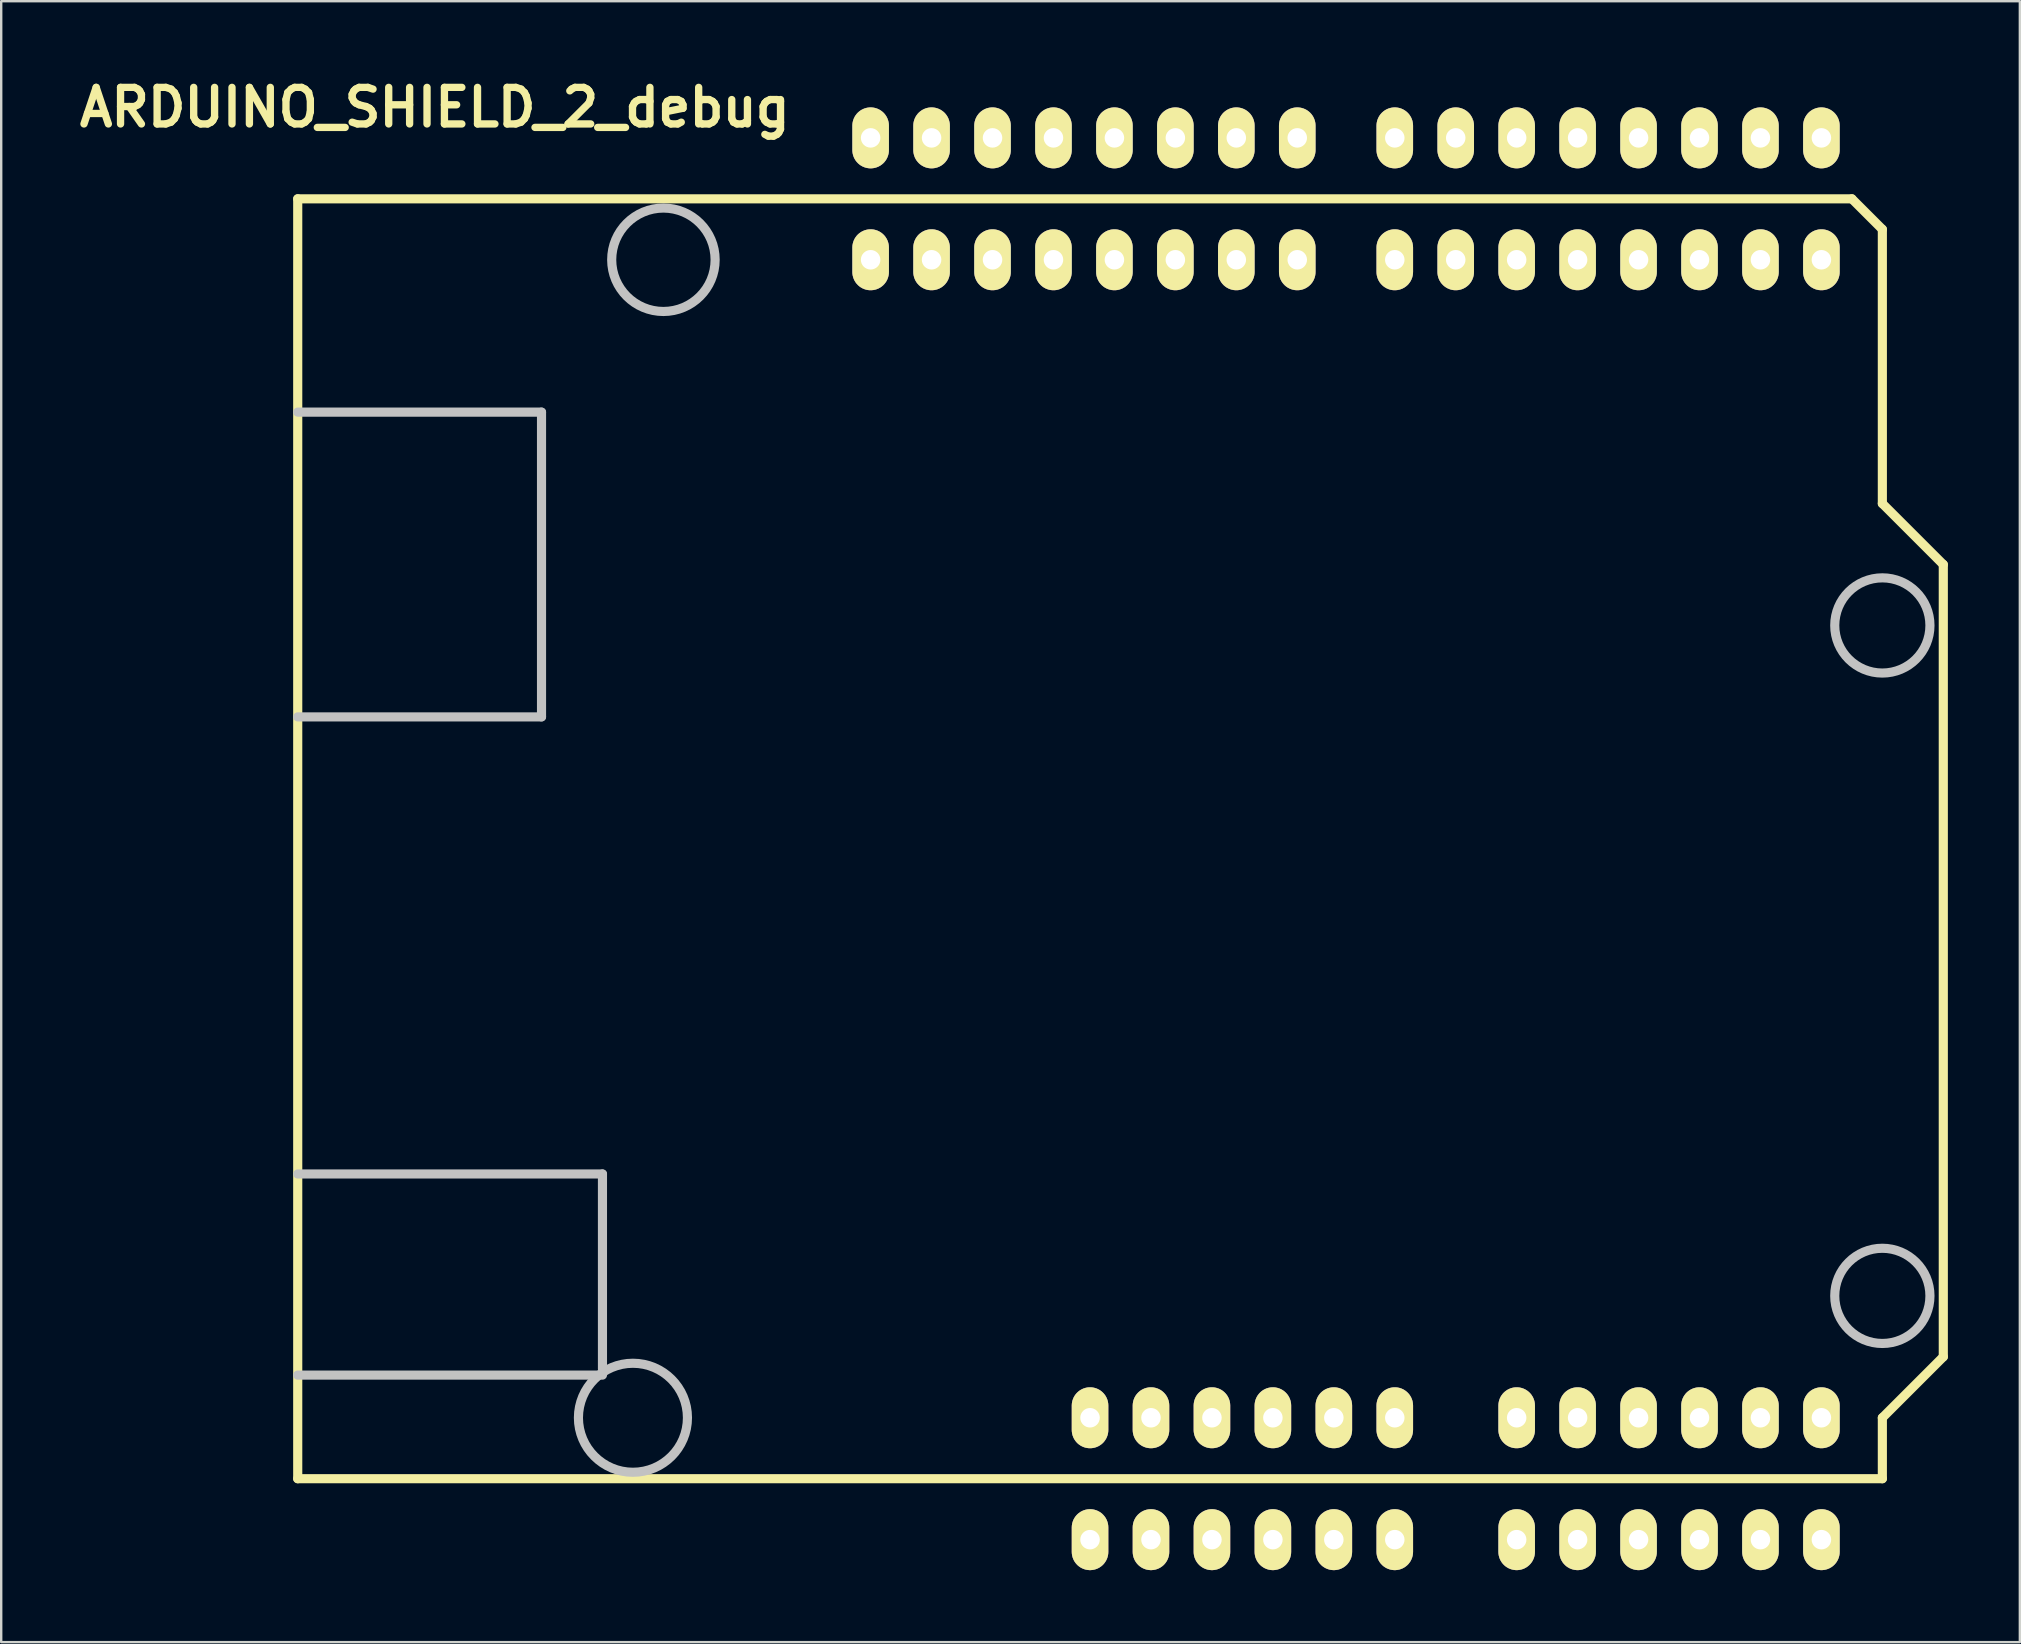
<source format=kicad_pcb>
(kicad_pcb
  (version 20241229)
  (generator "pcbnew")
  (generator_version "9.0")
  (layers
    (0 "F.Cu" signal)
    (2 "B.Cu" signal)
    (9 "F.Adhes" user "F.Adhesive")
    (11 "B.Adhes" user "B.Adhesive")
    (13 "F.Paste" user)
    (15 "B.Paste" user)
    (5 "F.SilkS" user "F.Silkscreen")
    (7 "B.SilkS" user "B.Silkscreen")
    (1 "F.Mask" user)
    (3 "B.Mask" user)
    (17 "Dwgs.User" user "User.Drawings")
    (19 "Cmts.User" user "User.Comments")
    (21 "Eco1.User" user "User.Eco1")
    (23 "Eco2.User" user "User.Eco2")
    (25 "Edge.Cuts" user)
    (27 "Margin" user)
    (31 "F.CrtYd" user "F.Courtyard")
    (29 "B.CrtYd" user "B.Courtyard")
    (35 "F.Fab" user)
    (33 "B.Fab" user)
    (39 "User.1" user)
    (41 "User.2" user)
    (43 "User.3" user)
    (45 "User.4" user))
  (footprint "ARDUINO_SHIELD_2_debug"
    (layer "F.Cu")
    (at 9.358 58.576)
    (property "Reference" "ARDUINO_SHIELD_2_debug" (at 5.715 -57.15 0) (layer "F.SilkS") (effects (font (size 1.524 1.524) (thickness 0.305))))
    (attr through_hole)
    (fp_line (start 0 0) (end 0 -53.34) (stroke (width 0.381) (type solid)) (layer "F.SilkS"))
    (fp_line (start 64.77 -53.34) (end 0 -53.34) (stroke (width 0.381) (type solid)) (layer "F.SilkS"))
    (fp_line (start 66.04 -52.07) (end 64.77 -53.34) (stroke (width 0.381) (type solid)) (layer "F.SilkS"))
    (fp_line (start 66.04 -40.64) (end 66.04 -52.07) (stroke (width 0.381) (type solid)) (layer "F.SilkS"))
    (fp_line (start 66.04 -40.64) (end 68.58 -38.1) (stroke (width 0.381) (type solid)) (layer "F.SilkS"))
    (fp_line (start 66.04 -2.54) (end 66.04 0) (stroke (width 0.381) (type solid)) (layer "F.SilkS"))
    (fp_line (start 66.04 0) (end 0 0) (stroke (width 0.381) (type solid)) (layer "F.SilkS"))
    (fp_line (start 68.58 -38.1) (end 68.58 -5.08) (stroke (width 0.381) (type solid)) (layer "F.SilkS"))
    (fp_line (start 68.58 -5.08) (end 66.04 -2.54) (stroke (width 0.381) (type solid)) (layer "F.SilkS"))
    (fp_line (start 0 -44.45) (end 10.16 -44.45) (stroke (width 0.381) (type solid)) (layer "Dwgs.User"))
    (fp_line (start 0 -12.7) (end 12.7 -12.7) (stroke (width 0.381) (type solid)) (layer "Dwgs.User"))
    (fp_line (start 10.16 -44.45) (end 10.16 -31.75) (stroke (width 0.381) (type solid)) (layer "Dwgs.User"))
    (fp_line (start 10.16 -31.75) (end 0 -31.75) (stroke (width 0.381) (type solid)) (layer "Dwgs.User"))
    (fp_line (start 12.7 -12.7) (end 12.7 -4.572) (stroke (width 0.381) (type solid)) (layer "Dwgs.User"))
    (fp_line (start 12.7 -4.318) (end 0 -4.318) (stroke (width 0.381) (type solid)) (layer "Dwgs.User"))
    (fp_circle (center 13.97 -2.54) (end 16.002 -1.524) (stroke (width 0.381) (type solid)) (fill no) (layer "Dwgs.User"))
    (fp_circle (center 15.24 -50.8) (end 16.764 -49.276) (stroke (width 0.381) (type solid)) (fill no) (layer "Dwgs.User"))
    (fp_circle (center 66.04 -35.56) (end 67.31 -34.036) (stroke (width 0.381) (type solid)) (fill no) (layer "Dwgs.User"))
    (fp_circle (center 66.04 -7.62) (end 67.31 -6.096) (stroke (width 0.381) (type solid)) (fill no) (layer "Dwgs.User"))
    (pad "0" thru_hole oval (at 63.5 -55.88 90) (size 2.54 1.524) (drill 0.813) (layers "*.Cu" "*.Mask" "F.SilkS"))
    (pad "0" thru_hole oval (at 63.5 -50.8 90) (size 2.54 1.524) (drill 0.813) (layers "*.Cu" "*.Mask" "F.SilkS"))
    (pad "1" thru_hole oval (at 60.96 -55.88 90) (size 2.54 1.524) (drill 0.813) (layers "*.Cu" "*.Mask" "F.SilkS"))
    (pad "1" thru_hole oval (at 60.96 -50.8 90) (size 2.54 1.524) (drill 0.813) (layers "*.Cu" "*.Mask" "F.SilkS"))
    (pad "2" thru_hole oval (at 58.42 -55.88 90) (size 2.54 1.524) (drill 0.813) (layers "*.Cu" "*.Mask" "F.SilkS"))
    (pad "2" thru_hole oval (at 58.42 -50.8 90) (size 2.54 1.524) (drill 0.813) (layers "*.Cu" "*.Mask" "F.SilkS"))
    (pad "3" thru_hole oval (at 55.88 -55.88 90) (size 2.54 1.524) (drill 0.813) (layers "*.Cu" "*.Mask" "F.SilkS"))
    (pad "3" thru_hole oval (at 55.88 -50.8 90) (size 2.54 1.524) (drill 0.813) (layers "*.Cu" "*.Mask" "F.SilkS"))
    (pad "3V3" thru_hole oval (at 35.56 -2.54 90) (size 2.54 1.524) (drill 0.813) (layers "*.Cu" "*.Mask" "F.SilkS"))
    (pad "3V3" thru_hole oval (at 35.56 2.54 90) (size 2.54 1.524) (drill 0.813) (layers "*.Cu" "*.Mask" "F.SilkS"))
    (pad "4" thru_hole oval (at 53.34 -55.88 90) (size 2.54 1.524) (drill 0.813) (layers "*.Cu" "*.Mask" "F.SilkS"))
    (pad "4" thru_hole oval (at 53.34 -50.8 90) (size 2.54 1.524) (drill 0.813) (layers "*.Cu" "*.Mask" "F.SilkS"))
    (pad "5" thru_hole oval (at 50.8 -55.88 90) (size 2.54 1.524) (drill 0.813) (layers "*.Cu" "*.Mask" "F.SilkS"))
    (pad "5" thru_hole oval (at 50.8 -50.8 90) (size 2.54 1.524) (drill 0.813) (layers "*.Cu" "*.Mask" "F.SilkS"))
    (pad "5V" thru_hole oval (at 38.1 -2.54 90) (size 2.54 1.524) (drill 0.813) (layers "*.Cu" "*.Mask" "F.SilkS"))
    (pad "5V" thru_hole oval (at 38.1 2.54 90) (size 2.54 1.524) (drill 0.813) (layers "*.Cu" "*.Mask" "F.SilkS"))
    (pad "6" thru_hole oval (at 48.26 -55.88 90) (size 2.54 1.524) (drill 0.813) (layers "*.Cu" "*.Mask" "F.SilkS"))
    (pad "6" thru_hole oval (at 48.26 -50.8 90) (size 2.54 1.524) (drill 0.813) (layers "*.Cu" "*.Mask" "F.SilkS"))
    (pad "7" thru_hole oval (at 45.72 -55.88 90) (size 2.54 1.524) (drill 0.813) (layers "*.Cu" "*.Mask" "F.SilkS"))
    (pad "7" thru_hole oval (at 45.72 -50.8 90) (size 2.54 1.524) (drill 0.813) (layers "*.Cu" "*.Mask" "F.SilkS"))
    (pad "8" thru_hole oval (at 41.656 -55.88 90) (size 2.54 1.524) (drill 0.813) (layers "*.Cu" "*.Mask" "F.SilkS"))
    (pad "8" thru_hole oval (at 41.656 -50.8 90) (size 2.54 1.524) (drill 0.813) (layers "*.Cu" "*.Mask" "F.SilkS"))
    (pad "9" thru_hole oval (at 39.116 -55.88 90) (size 2.54 1.524) (drill 0.813) (layers "*.Cu" "*.Mask" "F.SilkS"))
    (pad "9" thru_hole oval (at 39.116 -50.8 90) (size 2.54 1.524) (drill 0.813) (layers "*.Cu" "*.Mask" "F.SilkS"))
    (pad "10" thru_hole oval (at 36.576 -55.88 90) (size 2.54 1.524) (drill 0.813) (layers "*.Cu" "*.Mask" "F.SilkS"))
    (pad "10" thru_hole oval (at 36.576 -50.8 90) (size 2.54 1.524) (drill 0.813) (layers "*.Cu" "*.Mask" "F.SilkS"))
    (pad "11" thru_hole oval (at 34.036 -55.88 90) (size 2.54 1.524) (drill 0.813) (layers "*.Cu" "*.Mask" "F.SilkS"))
    (pad "11" thru_hole oval (at 34.036 -50.8 90) (size 2.54 1.524) (drill 0.813) (layers "*.Cu" "*.Mask" "F.SilkS"))
    (pad "12" thru_hole oval (at 31.496 -55.88 90) (size 2.54 1.524) (drill 0.813) (layers "*.Cu" "*.Mask" "F.SilkS"))
    (pad "12" thru_hole oval (at 31.496 -50.8 90) (size 2.54 1.524) (drill 0.813) (layers "*.Cu" "*.Mask" "F.SilkS"))
    (pad "13" thru_hole oval (at 28.956 -55.88 90) (size 2.54 1.524) (drill 0.813) (layers "*.Cu" "*.Mask" "F.SilkS"))
    (pad "13" thru_hole oval (at 28.956 -50.8 90) (size 2.54 1.524) (drill 0.813) (layers "*.Cu" "*.Mask" "F.SilkS"))
    (pad "AD0" thru_hole oval (at 50.8 -2.54 90) (size 2.54 1.524) (drill 0.813) (layers "*.Cu" "*.Mask" "F.SilkS"))
    (pad "AD0" thru_hole oval (at 50.8 2.54 90) (size 2.54 1.524) (drill 0.813) (layers "*.Cu" "*.Mask" "F.SilkS"))
    (pad "AD1" thru_hole oval (at 53.34 -2.54 90) (size 2.54 1.524) (drill 0.813) (layers "*.Cu" "*.Mask" "F.SilkS"))
    (pad "AD1" thru_hole oval (at 53.34 2.54 90) (size 2.54 1.524) (drill 0.813) (layers "*.Cu" "*.Mask" "F.SilkS"))
    (pad "AD2" thru_hole oval (at 55.88 -2.54 90) (size 2.54 1.524) (drill 0.813) (layers "*.Cu" "*.Mask" "F.SilkS"))
    (pad "AD2" thru_hole oval (at 55.88 2.54 90) (size 2.54 1.524) (drill 0.813) (layers "*.Cu" "*.Mask" "F.SilkS"))
    (pad "AD3" thru_hole oval (at 58.42 -2.54 90) (size 2.54 1.524) (drill 0.813) (layers "*.Cu" "*.Mask" "F.SilkS"))
    (pad "AD3" thru_hole oval (at 58.42 2.54 90) (size 2.54 1.524) (drill 0.813) (layers "*.Cu" "*.Mask" "F.SilkS"))
    (pad "AD4" thru_hole oval (at 60.96 -2.54 90) (size 2.54 1.524) (drill 0.813) (layers "*.Cu" "*.Mask" "F.SilkS"))
    (pad "AD4" thru_hole oval (at 60.96 2.54 90) (size 2.54 1.524) (drill 0.813) (layers "*.Cu" "*.Mask" "F.SilkS"))
    (pad "AD5" thru_hole oval (at 63.5 -2.54 90) (size 2.54 1.524) (drill 0.813) (layers "*.Cu" "*.Mask" "F.SilkS"))
    (pad "AD5" thru_hole oval (at 63.5 2.54 90) (size 2.54 1.524) (drill 0.813) (layers "*.Cu" "*.Mask" "F.SilkS"))
    (pad "AREF" thru_hole oval (at 23.876 -55.88 90) (size 2.54 1.524) (drill 0.813) (layers "*.Cu" "*.Mask" "F.SilkS"))
    (pad "AREF" thru_hole oval (at 23.876 -50.8 90) (size 2.54 1.524) (drill 0.813) (layers "*.Cu" "*.Mask" "F.SilkS"))
    (pad "GND1" thru_hole oval (at 40.64 -2.54 90) (size 2.54 1.524) (drill 0.813) (layers "*.Cu" "*.Mask" "F.SilkS"))
    (pad "GND1" thru_hole oval (at 40.64 2.54 90) (size 2.54 1.524) (drill 0.813) (layers "*.Cu" "*.Mask" "F.SilkS"))
    (pad "GND2" thru_hole oval (at 43.18 -2.54 90) (size 2.54 1.524) (drill 0.813) (layers "*.Cu" "*.Mask" "F.SilkS"))
    (pad "GND2" thru_hole oval (at 43.18 2.54 90) (size 2.54 1.524) (drill 0.813) (layers "*.Cu" "*.Mask" "F.SilkS"))
    (pad "GND3" thru_hole oval (at 26.416 -55.88 90) (size 2.54 1.524) (drill 0.813) (layers "*.Cu" "*.Mask" "F.SilkS"))
    (pad "GND3" thru_hole oval (at 26.416 -50.8 90) (size 2.54 1.524) (drill 0.813) (layers "*.Cu" "*.Mask" "F.SilkS"))
    (pad "RST" thru_hole oval (at 33.02 -2.54 90) (size 2.54 1.524) (drill 0.813) (layers "*.Cu" "*.Mask" "F.SilkS"))
    (pad "RST" thru_hole oval (at 33.02 2.54 90) (size 2.54 1.524) (drill 0.813) (layers "*.Cu" "*.Mask" "F.SilkS"))
    (pad "V_IN" thru_hole oval (at 45.72 -2.54 90) (size 2.54 1.524) (drill 0.813) (layers "*.Cu" "*.Mask" "F.SilkS"))
    (pad "V_IN" thru_hole oval (at 45.72 2.54 90) (size 2.54 1.524) (drill 0.813) (layers "*.Cu" "*.Mask" "F.SilkS")))
  (gr_rect
    (start -3 -3)
    (end 81.129 65.386)
    (stroke (width 0.1) (type default))
    (fill no)
    (layer "Edge.Cuts")))
</source>
